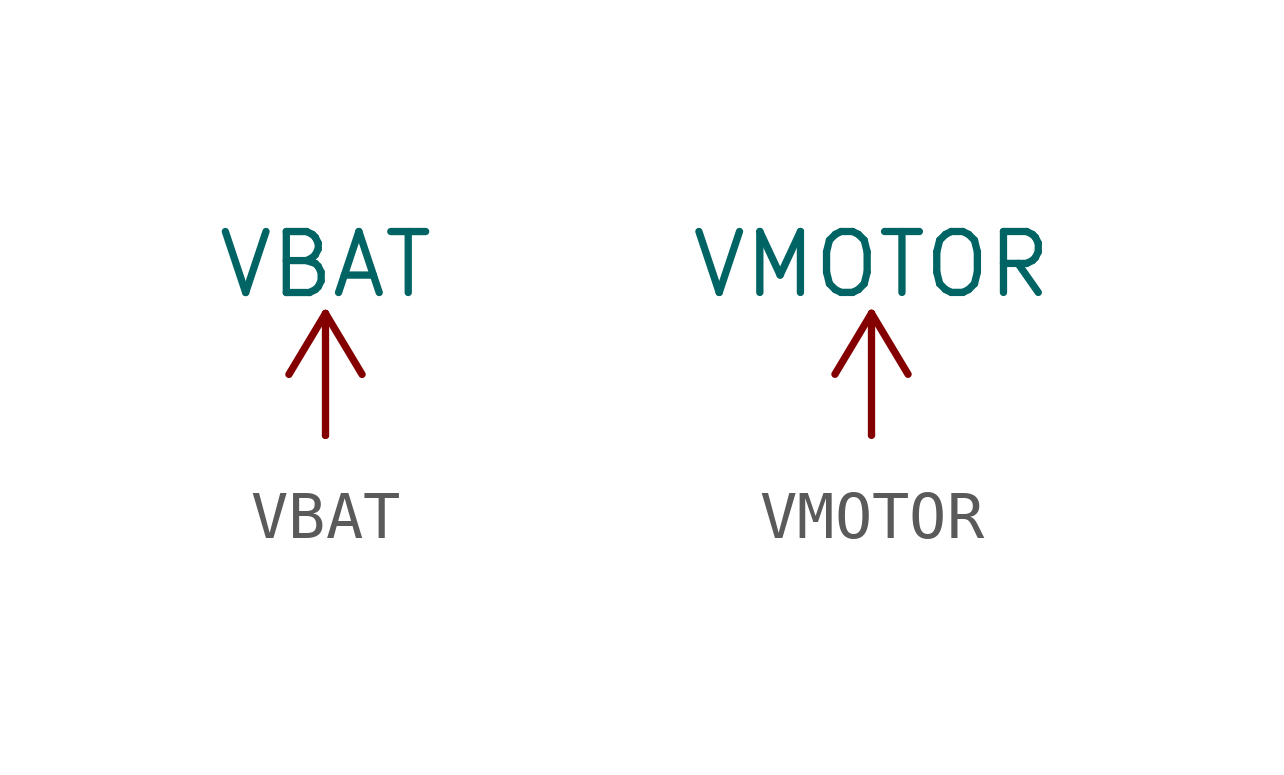
<source format=kicad_sym>
(kicad_symbol_lib
  (version 20231120)
  (generator "kicad_symbol_editor")
  (generator_version "8.0")
  (symbol "VBAT"
    (power)
    (pin_numbers hide)
    (pin_names
      (offset 0) hide)
    (property "Reference" "#PWR"
      (at 0 -3.81 0)
      (effects (font (size 1.27 1.27)) (hide yes)))
    (property "Value" "VBAT"
      (at 0 3.556 0)
      (effects (font (size 1.27 1.27))))
    (symbol "VBAT_0_1"
      (polyline (pts (xy -0.762 1.27) (xy 0 2.54)) (stroke (width 0) (type default)) (fill (type none)))
      (polyline (pts (xy 0 0) (xy 0 2.54)) (stroke (width 0) (type default)) (fill (type none)))
      (polyline (pts (xy 0 2.54) (xy 0.762 1.27)) (stroke (width 0) (type default)) (fill (type none))))
    (symbol "VBAT_1_1"
      (pin power_in line (at 0 0 90) (length 0) (name "~" (effects (font (size 1.27 1.27)))) (number "1" (effects (font (size 1.27 1.27)))))))
  (symbol "VMOTOR"
    (power)
    (pin_numbers hide)
    (pin_names
      (offset 0) hide)
    (property "Reference" "#PWR"
      (at 0 -3.81 0)
      (effects (font (size 1.27 1.27)) (hide yes)))
    (property "Value" "VMOTOR"
      (at 0 3.556 0)
      (effects (font (size 1.27 1.27))))
    (symbol "VMOTOR_0_1"
      (polyline (pts (xy -0.762 1.27) (xy 0 2.54)) (stroke (width 0) (type default)) (fill (type none)))
      (polyline (pts (xy 0 0) (xy 0 2.54)) (stroke (width 0) (type default)) (fill (type none)))
      (polyline (pts (xy 0 2.54) (xy 0.762 1.27)) (stroke (width 0) (type default)) (fill (type none))))
    (symbol "VMOTOR_1_1"
      (pin power_in line (at 0 0 90) (length 0) (name "~" (effects (font (size 1.27 1.27)))) (number "1" (effects (font (size 1.27 1.27))))))))
</source>
